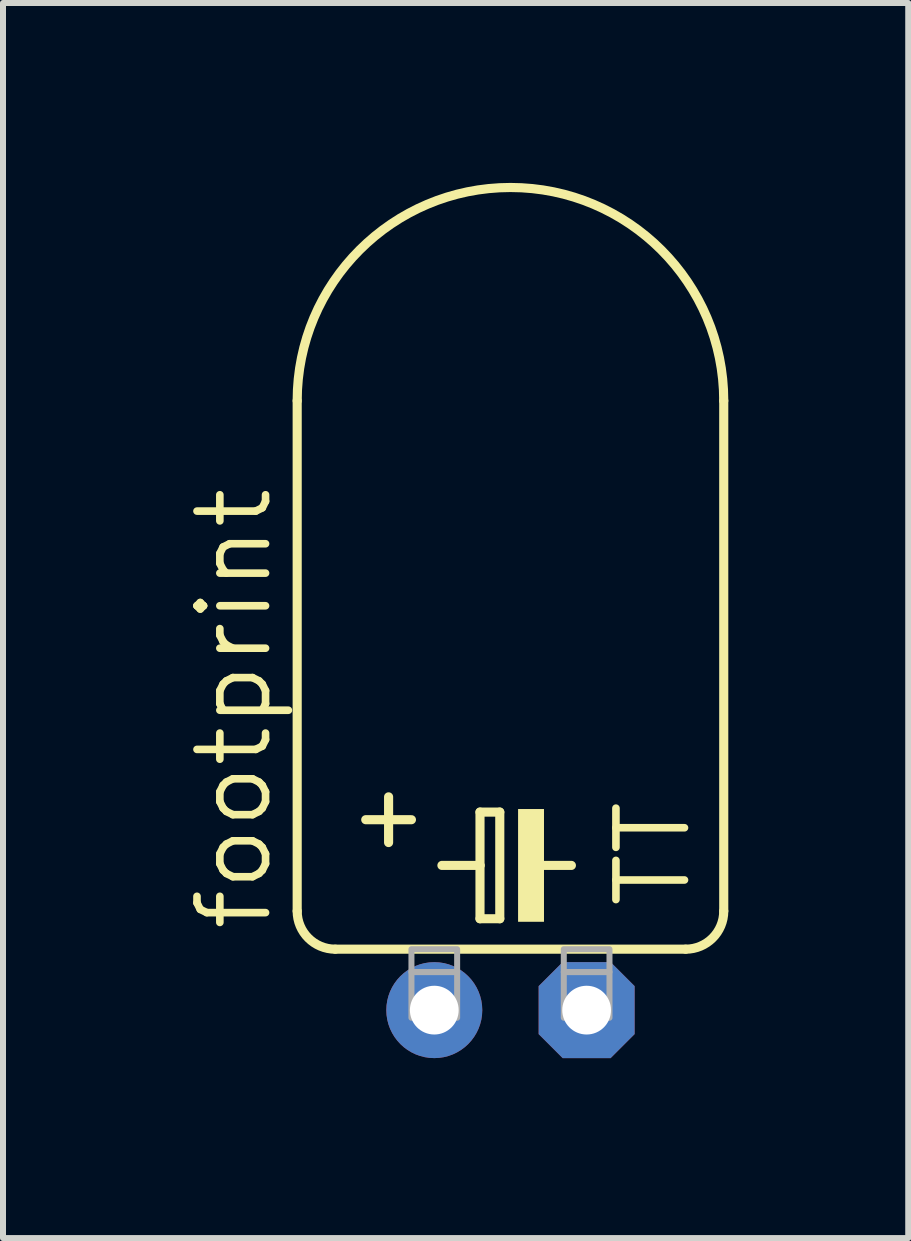
<source format=kicad_pcb>
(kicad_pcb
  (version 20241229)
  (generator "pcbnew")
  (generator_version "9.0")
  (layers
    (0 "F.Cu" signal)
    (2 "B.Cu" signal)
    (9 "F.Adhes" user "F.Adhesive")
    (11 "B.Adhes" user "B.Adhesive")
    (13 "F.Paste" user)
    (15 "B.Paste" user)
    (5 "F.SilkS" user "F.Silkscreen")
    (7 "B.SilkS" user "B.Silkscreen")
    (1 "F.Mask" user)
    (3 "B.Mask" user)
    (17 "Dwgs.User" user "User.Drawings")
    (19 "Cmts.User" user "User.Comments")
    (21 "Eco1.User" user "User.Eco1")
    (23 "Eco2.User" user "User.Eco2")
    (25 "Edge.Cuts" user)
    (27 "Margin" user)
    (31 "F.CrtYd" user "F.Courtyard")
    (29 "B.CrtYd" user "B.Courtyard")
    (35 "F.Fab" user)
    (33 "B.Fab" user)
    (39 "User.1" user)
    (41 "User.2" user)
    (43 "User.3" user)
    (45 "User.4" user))
  (footprint "footprint"
    (layer "F.Cu")
    (at 5.461 13.792)
    (property "Reference" "footprint" (at -3.937 -1.27 90) (layer "F.SilkS") (effects (font (size 1.143 1.143) (thickness 0.127)) (justify left bottom)))
    (fp_line (start -3.556 -10.16) (end -3.556 -1.651) (stroke (width 0.152) (type solid)) (layer "F.SilkS"))
    (fp_line (start -2.921 -1.016) (end 2.921 -1.016) (stroke (width 0.152) (type solid)) (layer "F.SilkS"))
    (fp_line (start -2.413 -3.175) (end -1.651 -3.175) (stroke (width 0.152) (type solid)) (layer "F.SilkS"))
    (fp_line (start -2.032 -2.794) (end -2.032 -3.556) (stroke (width 0.152) (type solid)) (layer "F.SilkS"))
    (fp_line (start -1.143 -2.413) (end -0.508 -2.413) (stroke (width 0.152) (type solid)) (layer "F.SilkS"))
    (fp_line (start -0.508 -3.302) (end -0.508 -2.413) (stroke (width 0.152) (type solid)) (layer "F.SilkS"))
    (fp_line (start -0.508 -2.413) (end -0.508 -1.524) (stroke (width 0.152) (type solid)) (layer "F.SilkS"))
    (fp_line (start -0.508 -1.524) (end -0.178 -1.524) (stroke (width 0.152) (type solid)) (layer "F.SilkS"))
    (fp_line (start -0.178 -3.302) (end -0.508 -3.302) (stroke (width 0.152) (type solid)) (layer "F.SilkS"))
    (fp_line (start -0.178 -1.524) (end -0.178 -3.302) (stroke (width 0.152) (type solid)) (layer "F.SilkS"))
    (fp_line (start 0.508 -2.413) (end 1.016 -2.413) (stroke (width 0.152) (type solid)) (layer "F.SilkS"))
    (fp_line (start 3.556 -10.16) (end 3.556 -1.651) (stroke (width 0.152) (type solid)) (layer "F.SilkS"))
    (fp_arc (start -3.556 -10.16) (mid 0 -13.716) (end 3.556 -10.16) (stroke (width 0.1524) (type solid)) (layer "F.SilkS"))
    (fp_arc (start -2.921 -1.016) (mid -3.370013 -1.201987) (end -3.556 -1.651) (stroke (width 0.1524) (type solid)) (layer "F.SilkS"))
    (fp_arc (start 3.556 -1.651) (mid 3.370013 -1.201987) (end 2.921 -1.016) (stroke (width 0.1524) (type solid)) (layer "F.SilkS"))
    (fp_poly (pts (xy 0.127 -1.473) (xy 0.559 -1.473) (xy 0.559 -3.353) (xy 0.127 -3.353)) (stroke (width 0) (type solid)) (fill yes) (layer "F.SilkS"))
    (fp_poly (pts (xy -1.651 -0.635) (xy -0.889 -0.635) (xy -0.889 -1.016) (xy -1.651 -1.016)) (stroke (width 0.1) (type solid)) (fill no) (layer "F.Fab"))
    (fp_poly (pts (xy -1.651 0.127) (xy -0.889 0.127) (xy -0.889 -0.635) (xy -1.651 -0.635)) (stroke (width 0.1) (type solid)) (fill no) (layer "F.Fab"))
    (fp_poly (pts (xy 0.889 -0.635) (xy 1.651 -0.635) (xy 1.651 -1.016) (xy 0.889 -1.016)) (stroke (width 0.1) (type solid)) (fill no) (layer "F.Fab"))
    (fp_poly (pts (xy 0.889 0.127) (xy 1.651 0.127) (xy 1.651 -0.635) (xy 0.889 -0.635)) (stroke (width 0.1) (type solid)) (fill no) (layer "F.Fab"))
    (fp_text user "TT" (at 3.048 -1.651 90) (layer "F.SilkS") (effects (font (size 1.143 1.143) (thickness 0.127)) (justify left bottom)))
    (pad "+" thru_hole circle (at -1.27 0) (size 1.6 1.6) (drill 0.813) (layers "*.Cu" "*.Mask"))
    (pad "-" thru_hole roundrect (at 1.27 0) (size 1.6 1.6) (drill 0.813) (layers "*.Cu" "*.Mask") (roundrect_rratio 0.25) (chamfer_ratio 0.25) (chamfer top_left top_right bottom_left bottom_right)))
  (gr_rect
    (start -3 -3)
    (end 12.093 17.592)
    (stroke (width 0.1) (type default))
    (fill no)
    (layer "Edge.Cuts")))
</source>
